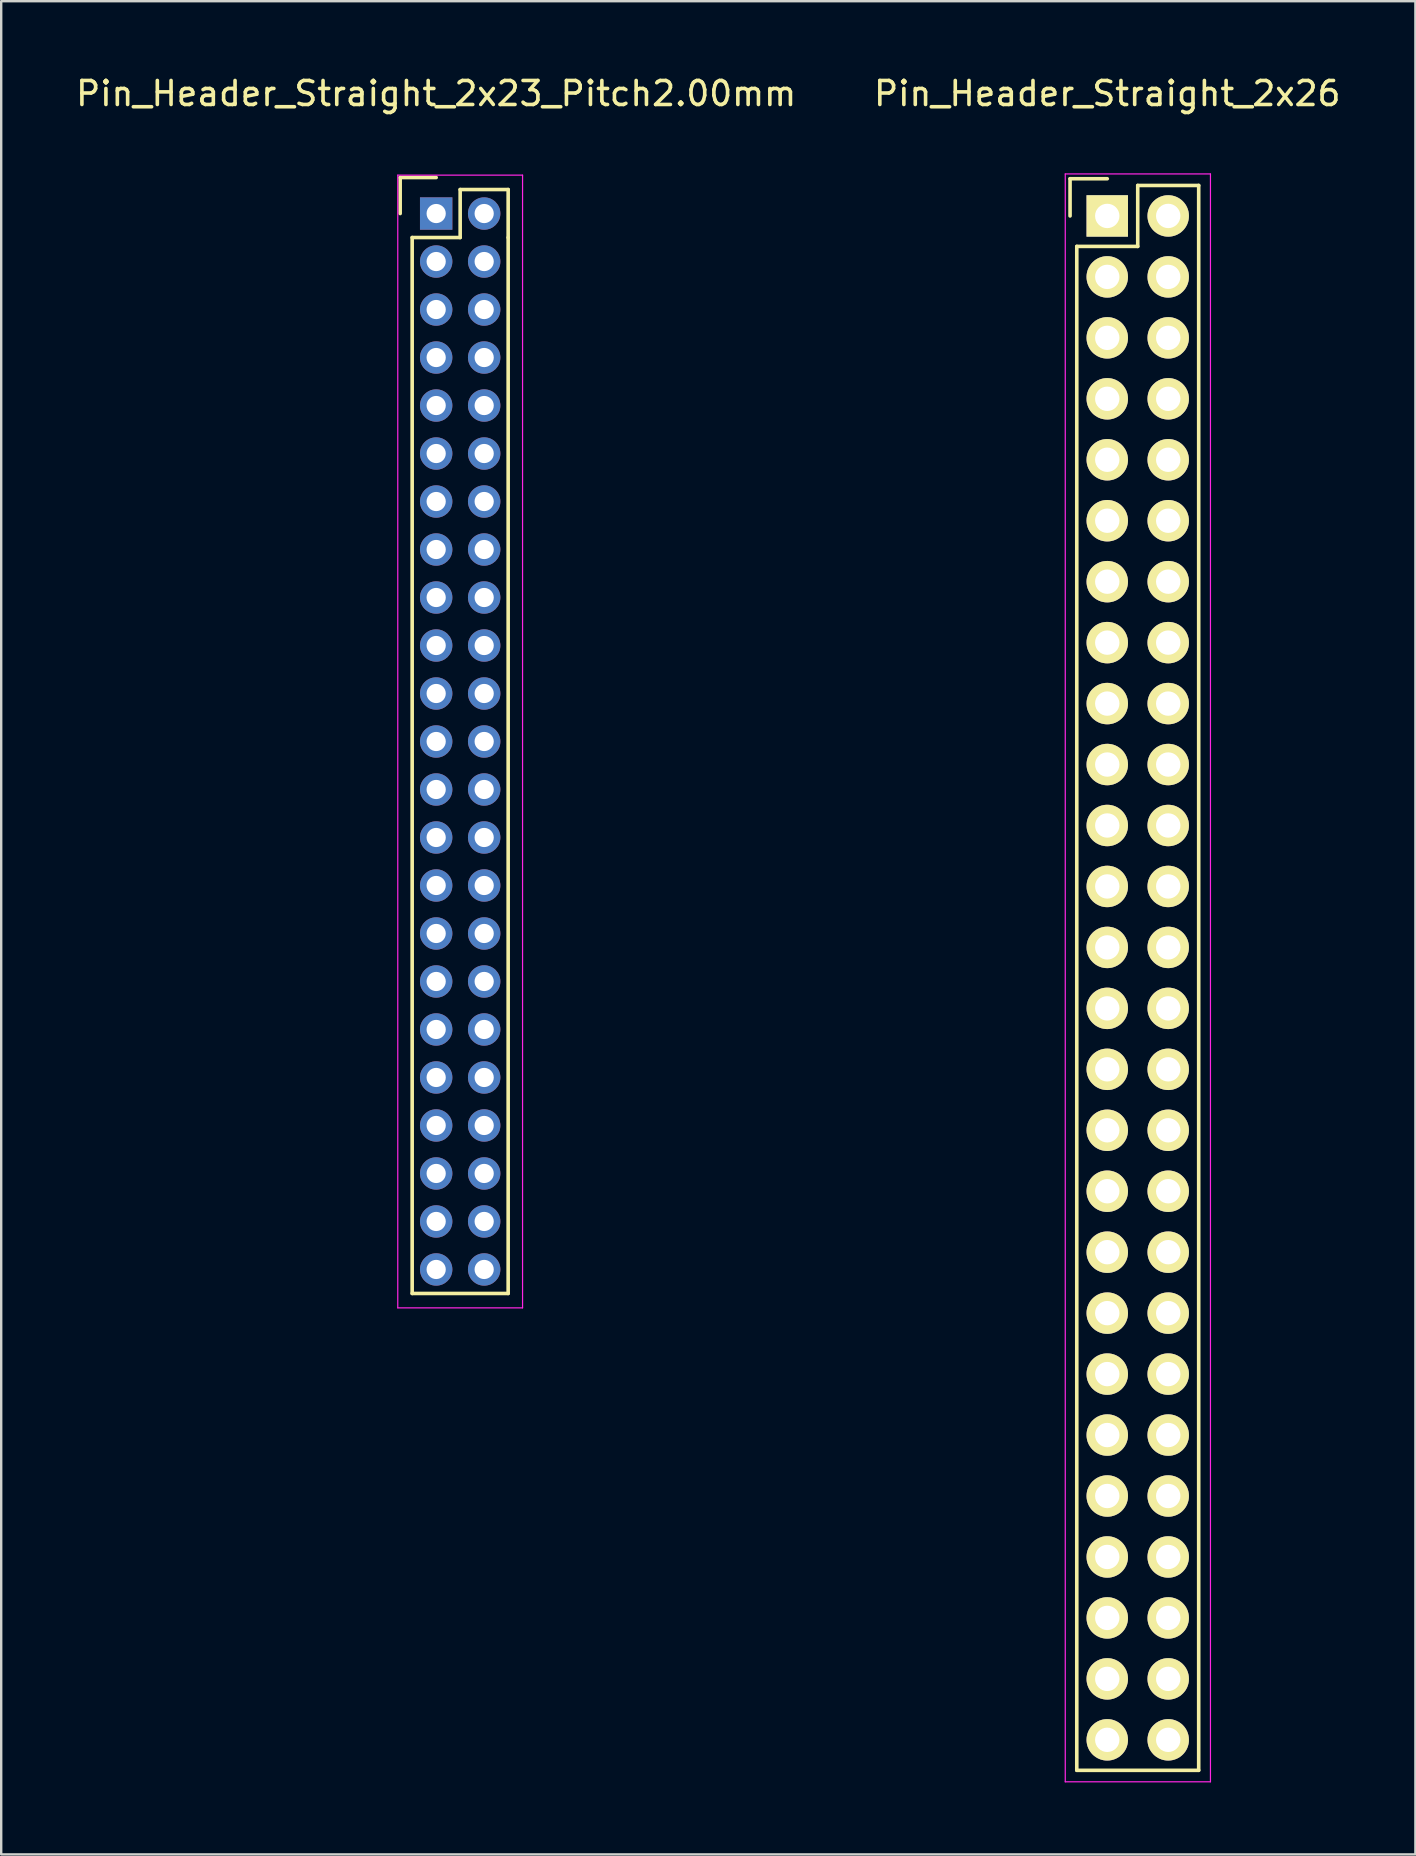
<source format=kicad_pcb>
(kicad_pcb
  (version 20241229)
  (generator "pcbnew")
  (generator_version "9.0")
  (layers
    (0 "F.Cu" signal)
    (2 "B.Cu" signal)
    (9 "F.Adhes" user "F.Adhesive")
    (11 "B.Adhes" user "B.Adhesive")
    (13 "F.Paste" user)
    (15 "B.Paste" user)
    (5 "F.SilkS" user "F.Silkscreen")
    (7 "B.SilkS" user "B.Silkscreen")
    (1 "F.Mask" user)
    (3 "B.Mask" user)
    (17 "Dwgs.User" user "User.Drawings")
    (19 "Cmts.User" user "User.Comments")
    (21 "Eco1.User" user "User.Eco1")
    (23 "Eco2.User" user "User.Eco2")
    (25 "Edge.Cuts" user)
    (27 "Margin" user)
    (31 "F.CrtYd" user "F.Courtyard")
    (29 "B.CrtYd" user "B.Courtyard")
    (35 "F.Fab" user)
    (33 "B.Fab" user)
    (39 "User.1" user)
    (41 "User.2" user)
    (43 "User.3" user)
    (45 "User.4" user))
  (footprint "Pin_Header_Straight_2x26"
    (layer "F.Cu")
    (at 43.089 5.948)
    (property "Reference" "Pin_Header_Straight_2x26" (at 0 -5.1 0) (layer "F.SilkS") (effects (font (size 1 1) (thickness 0.15))))
    (attr through_hole)
    (fp_line (start -1.55 -1.55) (end -1.55 0) (stroke (width 0.15) (type solid)) (layer "F.SilkS"))
    (fp_line (start -1.27 64.77) (end -1.27 1.27) (stroke (width 0.15) (type solid)) (layer "F.SilkS"))
    (fp_line (start 0 -1.55) (end -1.55 -1.55) (stroke (width 0.15) (type solid)) (layer "F.SilkS"))
    (fp_line (start 1.27 -1.27) (end 1.27 1.27) (stroke (width 0.15) (type solid)) (layer "F.SilkS"))
    (fp_line (start 1.27 1.27) (end -1.27 1.27) (stroke (width 0.15) (type solid)) (layer "F.SilkS"))
    (fp_line (start 3.81 -1.27) (end 1.27 -1.27) (stroke (width 0.15) (type solid)) (layer "F.SilkS"))
    (fp_line (start 3.81 -1.27) (end 3.81 64.77) (stroke (width 0.15) (type solid)) (layer "F.SilkS"))
    (fp_line (start 3.81 64.77) (end -1.27 64.77) (stroke (width 0.15) (type solid)) (layer "F.SilkS"))
    (fp_line (start -1.75 -1.75) (end -1.75 65.25) (stroke (width 0.05) (type solid)) (layer "F.CrtYd"))
    (fp_line (start -1.75 -1.75) (end 4.3 -1.75) (stroke (width 0.05) (type solid)) (layer "F.CrtYd"))
    (fp_line (start -1.75 65.25) (end 4.3 65.25) (stroke (width 0.05) (type solid)) (layer "F.CrtYd"))
    (fp_line (start 4.3 -1.75) (end 4.3 65.25) (stroke (width 0.05) (type solid)) (layer "F.CrtYd"))
    (pad "1" thru_hole rect (at 0 0) (size 1.727 1.727) (drill 1.016) (layers "*.Cu" "*.Mask" "F.SilkS"))
    (pad "2" thru_hole oval (at 2.54 0) (size 1.727 1.727) (drill 1.016) (layers "*.Cu" "*.Mask" "F.SilkS"))
    (pad "3" thru_hole oval (at 0 2.54) (size 1.727 1.727) (drill 1.016) (layers "*.Cu" "*.Mask" "F.SilkS"))
    (pad "4" thru_hole oval (at 2.54 2.54) (size 1.727 1.727) (drill 1.016) (layers "*.Cu" "*.Mask" "F.SilkS"))
    (pad "5" thru_hole oval (at 0 5.08) (size 1.727 1.727) (drill 1.016) (layers "*.Cu" "*.Mask" "F.SilkS"))
    (pad "6" thru_hole oval (at 2.54 5.08) (size 1.727 1.727) (drill 1.016) (layers "*.Cu" "*.Mask" "F.SilkS"))
    (pad "7" thru_hole oval (at 0 7.62) (size 1.727 1.727) (drill 1.016) (layers "*.Cu" "*.Mask" "F.SilkS"))
    (pad "8" thru_hole oval (at 2.54 7.62) (size 1.727 1.727) (drill 1.016) (layers "*.Cu" "*.Mask" "F.SilkS"))
    (pad "9" thru_hole oval (at 0 10.16) (size 1.727 1.727) (drill 1.016) (layers "*.Cu" "*.Mask" "F.SilkS"))
    (pad "10" thru_hole oval (at 2.54 10.16) (size 1.727 1.727) (drill 1.016) (layers "*.Cu" "*.Mask" "F.SilkS"))
    (pad "11" thru_hole oval (at 0 12.7) (size 1.727 1.727) (drill 1.016) (layers "*.Cu" "*.Mask" "F.SilkS"))
    (pad "12" thru_hole oval (at 2.54 12.7) (size 1.727 1.727) (drill 1.016) (layers "*.Cu" "*.Mask" "F.SilkS"))
    (pad "13" thru_hole oval (at 0 15.24) (size 1.727 1.727) (drill 1.016) (layers "*.Cu" "*.Mask" "F.SilkS"))
    (pad "14" thru_hole oval (at 2.54 15.24) (size 1.727 1.727) (drill 1.016) (layers "*.Cu" "*.Mask" "F.SilkS"))
    (pad "15" thru_hole oval (at 0 17.78) (size 1.727 1.727) (drill 1.016) (layers "*.Cu" "*.Mask" "F.SilkS"))
    (pad "16" thru_hole oval (at 2.54 17.78) (size 1.727 1.727) (drill 1.016) (layers "*.Cu" "*.Mask" "F.SilkS"))
    (pad "17" thru_hole oval (at 0 20.32) (size 1.727 1.727) (drill 1.016) (layers "*.Cu" "*.Mask" "F.SilkS"))
    (pad "18" thru_hole oval (at 2.54 20.32) (size 1.727 1.727) (drill 1.016) (layers "*.Cu" "*.Mask" "F.SilkS"))
    (pad "19" thru_hole oval (at 0 22.86) (size 1.727 1.727) (drill 1.016) (layers "*.Cu" "*.Mask" "F.SilkS"))
    (pad "20" thru_hole oval (at 2.54 22.86) (size 1.727 1.727) (drill 1.016) (layers "*.Cu" "*.Mask" "F.SilkS"))
    (pad "21" thru_hole oval (at 0 25.4) (size 1.727 1.727) (drill 1.016) (layers "*.Cu" "*.Mask" "F.SilkS"))
    (pad "22" thru_hole oval (at 2.54 25.4) (size 1.727 1.727) (drill 1.016) (layers "*.Cu" "*.Mask" "F.SilkS"))
    (pad "23" thru_hole oval (at 0 27.94) (size 1.727 1.727) (drill 1.016) (layers "*.Cu" "*.Mask" "F.SilkS"))
    (pad "24" thru_hole oval (at 2.54 27.94) (size 1.727 1.727) (drill 1.016) (layers "*.Cu" "*.Mask" "F.SilkS"))
    (pad "25" thru_hole oval (at 0 30.48) (size 1.727 1.727) (drill 1.016) (layers "*.Cu" "*.Mask" "F.SilkS"))
    (pad "26" thru_hole oval (at 2.54 30.48) (size 1.727 1.727) (drill 1.016) (layers "*.Cu" "*.Mask" "F.SilkS"))
    (pad "27" thru_hole oval (at 0 33.02) (size 1.727 1.727) (drill 1.016) (layers "*.Cu" "*.Mask" "F.SilkS"))
    (pad "28" thru_hole oval (at 2.54 33.02) (size 1.727 1.727) (drill 1.016) (layers "*.Cu" "*.Mask" "F.SilkS"))
    (pad "29" thru_hole oval (at 0 35.56) (size 1.727 1.727) (drill 1.016) (layers "*.Cu" "*.Mask" "F.SilkS"))
    (pad "30" thru_hole oval (at 2.54 35.56) (size 1.727 1.727) (drill 1.016) (layers "*.Cu" "*.Mask" "F.SilkS"))
    (pad "31" thru_hole oval (at 0 38.1) (size 1.727 1.727) (drill 1.016) (layers "*.Cu" "*.Mask" "F.SilkS"))
    (pad "32" thru_hole oval (at 2.54 38.1) (size 1.727 1.727) (drill 1.016) (layers "*.Cu" "*.Mask" "F.SilkS"))
    (pad "33" thru_hole oval (at 0 40.64) (size 1.727 1.727) (drill 1.016) (layers "*.Cu" "*.Mask" "F.SilkS"))
    (pad "34" thru_hole oval (at 2.54 40.64) (size 1.727 1.727) (drill 1.016) (layers "*.Cu" "*.Mask" "F.SilkS"))
    (pad "35" thru_hole oval (at 0 43.18) (size 1.727 1.727) (drill 1.016) (layers "*.Cu" "*.Mask" "F.SilkS"))
    (pad "36" thru_hole oval (at 2.54 43.18) (size 1.727 1.727) (drill 1.016) (layers "*.Cu" "*.Mask" "F.SilkS"))
    (pad "37" thru_hole oval (at 0 45.72) (size 1.727 1.727) (drill 1.016) (layers "*.Cu" "*.Mask" "F.SilkS"))
    (pad "38" thru_hole oval (at 2.54 45.72) (size 1.727 1.727) (drill 1.016) (layers "*.Cu" "*.Mask" "F.SilkS"))
    (pad "39" thru_hole oval (at 0 48.26) (size 1.727 1.727) (drill 1.016) (layers "*.Cu" "*.Mask" "F.SilkS"))
    (pad "40" thru_hole oval (at 2.54 48.26) (size 1.727 1.727) (drill 1.016) (layers "*.Cu" "*.Mask" "F.SilkS"))
    (pad "41" thru_hole oval (at 0 50.8) (size 1.727 1.727) (drill 1.016) (layers "*.Cu" "*.Mask" "F.SilkS"))
    (pad "42" thru_hole oval (at 2.54 50.8) (size 1.727 1.727) (drill 1.016) (layers "*.Cu" "*.Mask" "F.SilkS"))
    (pad "43" thru_hole oval (at 0 53.34) (size 1.727 1.727) (drill 1.016) (layers "*.Cu" "*.Mask" "F.SilkS"))
    (pad "44" thru_hole oval (at 2.54 53.34) (size 1.727 1.727) (drill 1.016) (layers "*.Cu" "*.Mask" "F.SilkS"))
    (pad "45" thru_hole oval (at 0 55.88) (size 1.727 1.727) (drill 1.016) (layers "*.Cu" "*.Mask" "F.SilkS"))
    (pad "46" thru_hole oval (at 2.54 55.88) (size 1.727 1.727) (drill 1.016) (layers "*.Cu" "*.Mask" "F.SilkS"))
    (pad "47" thru_hole oval (at 0 58.42) (size 1.727 1.727) (drill 1.016) (layers "*.Cu" "*.Mask" "F.SilkS"))
    (pad "48" thru_hole oval (at 2.54 58.42) (size 1.727 1.727) (drill 1.016) (layers "*.Cu" "*.Mask" "F.SilkS"))
    (pad "49" thru_hole oval (at 0 60.96) (size 1.727 1.727) (drill 1.016) (layers "*.Cu" "*.Mask" "F.SilkS"))
    (pad "50" thru_hole oval (at 2.54 60.96) (size 1.727 1.727) (drill 1.016) (layers "*.Cu" "*.Mask" "F.SilkS"))
    (pad "51" thru_hole oval (at 0 63.5) (size 1.727 1.727) (drill 1.016) (layers "*.Cu" "*.Mask" "F.SilkS"))
    (pad "52" thru_hole oval (at 2.54 63.5) (size 1.727 1.727) (drill 1.016) (layers "*.Cu" "*.Mask" "F.SilkS")))
  (footprint "Pin_Header_Straight_2x23_Pitch2.00mm"
    (layer "F.Cu")
    (at 15.125 5.848)
    (property "Reference" "Pin_Header_Straight_2x23_Pitch2.00mm" (at 0 -5 0) (layer "F.SilkS") (effects (font (size 1 1) (thickness 0.15))))
    (attr through_hole)
    (fp_line (start -1.5 -1.5) (end 0 -1.5) (stroke (width 0.15) (type solid)) (layer "F.SilkS"))
    (fp_line (start -1.5 0) (end -1.5 -1.5) (stroke (width 0.15) (type solid)) (layer "F.SilkS"))
    (fp_line (start -1 1) (end 1 1) (stroke (width 0.15) (type solid)) (layer "F.SilkS"))
    (fp_line (start -1 45) (end -1 1) (stroke (width 0.15) (type solid)) (layer "F.SilkS"))
    (fp_line (start 1 -1) (end 3 -1) (stroke (width 0.15) (type solid)) (layer "F.SilkS"))
    (fp_line (start 1 1) (end 1 -1) (stroke (width 0.15) (type solid)) (layer "F.SilkS"))
    (fp_line (start 3 -1) (end 3 1) (stroke (width 0.15) (type solid)) (layer "F.SilkS"))
    (fp_line (start 3 1) (end 3 45) (stroke (width 0.15) (type solid)) (layer "F.SilkS"))
    (fp_line (start 3 45) (end -1 45) (stroke (width 0.15) (type solid)) (layer "F.SilkS"))
    (fp_line (start -1.6 -1.6) (end 3.6 -1.6) (stroke (width 0.05) (type solid)) (layer "F.CrtYd"))
    (fp_line (start -1.6 45.6) (end -1.6 -1.6) (stroke (width 0.05) (type solid)) (layer "F.CrtYd"))
    (fp_line (start 3.6 -1.6) (end 3.6 45.6) (stroke (width 0.05) (type solid)) (layer "F.CrtYd"))
    (fp_line (start 3.6 45.6) (end -1.6 45.6) (stroke (width 0.05) (type solid)) (layer "F.CrtYd"))
    (pad "1" thru_hole rect (at 0 0) (size 1.35 1.35) (drill 0.8) (layers "*.Cu" "*.Mask"))
    (pad "2" thru_hole circle (at 2 0) (size 1.35 1.35) (drill 0.8) (layers "*.Cu" "*.Mask"))
    (pad "3" thru_hole circle (at 0 2) (size 1.35 1.35) (drill 0.8) (layers "*.Cu" "*.Mask"))
    (pad "4" thru_hole circle (at 2 2) (size 1.35 1.35) (drill 0.8) (layers "*.Cu" "*.Mask"))
    (pad "5" thru_hole circle (at 0 4) (size 1.35 1.35) (drill 0.8) (layers "*.Cu" "*.Mask"))
    (pad "6" thru_hole circle (at 2 4) (size 1.35 1.35) (drill 0.8) (layers "*.Cu" "*.Mask"))
    (pad "7" thru_hole circle (at 0 6) (size 1.35 1.35) (drill 0.8) (layers "*.Cu" "*.Mask"))
    (pad "8" thru_hole circle (at 2 6) (size 1.35 1.35) (drill 0.8) (layers "*.Cu" "*.Mask"))
    (pad "9" thru_hole circle (at 0 8) (size 1.35 1.35) (drill 0.8) (layers "*.Cu" "*.Mask"))
    (pad "10" thru_hole circle (at 2 8) (size 1.35 1.35) (drill 0.8) (layers "*.Cu" "*.Mask"))
    (pad "11" thru_hole circle (at 0 10) (size 1.35 1.35) (drill 0.8) (layers "*.Cu" "*.Mask"))
    (pad "12" thru_hole circle (at 2 10) (size 1.35 1.35) (drill 0.8) (layers "*.Cu" "*.Mask"))
    (pad "13" thru_hole circle (at 0 12) (size 1.35 1.35) (drill 0.8) (layers "*.Cu" "*.Mask"))
    (pad "14" thru_hole circle (at 2 12) (size 1.35 1.35) (drill 0.8) (layers "*.Cu" "*.Mask"))
    (pad "15" thru_hole circle (at 0 14) (size 1.35 1.35) (drill 0.8) (layers "*.Cu" "*.Mask"))
    (pad "16" thru_hole circle (at 2 14) (size 1.35 1.35) (drill 0.8) (layers "*.Cu" "*.Mask"))
    (pad "17" thru_hole circle (at 0 16) (size 1.35 1.35) (drill 0.8) (layers "*.Cu" "*.Mask"))
    (pad "18" thru_hole circle (at 2 16) (size 1.35 1.35) (drill 0.8) (layers "*.Cu" "*.Mask"))
    (pad "19" thru_hole circle (at 0 18) (size 1.35 1.35) (drill 0.8) (layers "*.Cu" "*.Mask"))
    (pad "20" thru_hole circle (at 2 18) (size 1.35 1.35) (drill 0.8) (layers "*.Cu" "*.Mask"))
    (pad "21" thru_hole circle (at 0 20) (size 1.35 1.35) (drill 0.8) (layers "*.Cu" "*.Mask"))
    (pad "22" thru_hole circle (at 2 20) (size 1.35 1.35) (drill 0.8) (layers "*.Cu" "*.Mask"))
    (pad "23" thru_hole circle (at 0 22) (size 1.35 1.35) (drill 0.8) (layers "*.Cu" "*.Mask"))
    (pad "24" thru_hole circle (at 2 22) (size 1.35 1.35) (drill 0.8) (layers "*.Cu" "*.Mask"))
    (pad "25" thru_hole circle (at 0 24) (size 1.35 1.35) (drill 0.8) (layers "*.Cu" "*.Mask"))
    (pad "26" thru_hole circle (at 2 24) (size 1.35 1.35) (drill 0.8) (layers "*.Cu" "*.Mask"))
    (pad "27" thru_hole circle (at 0 26) (size 1.35 1.35) (drill 0.8) (layers "*.Cu" "*.Mask"))
    (pad "28" thru_hole circle (at 2 26) (size 1.35 1.35) (drill 0.8) (layers "*.Cu" "*.Mask"))
    (pad "29" thru_hole circle (at 0 28) (size 1.35 1.35) (drill 0.8) (layers "*.Cu" "*.Mask"))
    (pad "30" thru_hole circle (at 2 28) (size 1.35 1.35) (drill 0.8) (layers "*.Cu" "*.Mask"))
    (pad "31" thru_hole circle (at 0 30) (size 1.35 1.35) (drill 0.8) (layers "*.Cu" "*.Mask"))
    (pad "32" thru_hole circle (at 2 30) (size 1.35 1.35) (drill 0.8) (layers "*.Cu" "*.Mask"))
    (pad "33" thru_hole circle (at 0 32) (size 1.35 1.35) (drill 0.8) (layers "*.Cu" "*.Mask"))
    (pad "34" thru_hole circle (at 2 32) (size 1.35 1.35) (drill 0.8) (layers "*.Cu" "*.Mask"))
    (pad "35" thru_hole circle (at 0 34) (size 1.35 1.35) (drill 0.8) (layers "*.Cu" "*.Mask"))
    (pad "36" thru_hole circle (at 2 34) (size 1.35 1.35) (drill 0.8) (layers "*.Cu" "*.Mask"))
    (pad "37" thru_hole circle (at 0 36) (size 1.35 1.35) (drill 0.8) (layers "*.Cu" "*.Mask"))
    (pad "38" thru_hole circle (at 2 36) (size 1.35 1.35) (drill 0.8) (layers "*.Cu" "*.Mask"))
    (pad "39" thru_hole circle (at 0 38) (size 1.35 1.35) (drill 0.8) (layers "*.Cu" "*.Mask"))
    (pad "40" thru_hole circle (at 2 38) (size 1.35 1.35) (drill 0.8) (layers "*.Cu" "*.Mask"))
    (pad "41" thru_hole circle (at 0 40) (size 1.35 1.35) (drill 0.8) (layers "*.Cu" "*.Mask"))
    (pad "42" thru_hole circle (at 2 40) (size 1.35 1.35) (drill 0.8) (layers "*.Cu" "*.Mask"))
    (pad "43" thru_hole circle (at 0 42) (size 1.35 1.35) (drill 0.8) (layers "*.Cu" "*.Mask"))
    (pad "44" thru_hole circle (at 2 42) (size 1.35 1.35) (drill 0.8) (layers "*.Cu" "*.Mask"))
    (pad "45" thru_hole circle (at 0 44) (size 1.35 1.35) (drill 0.8) (layers "*.Cu" "*.Mask"))
    (pad "46" thru_hole circle (at 2 44) (size 1.35 1.35) (drill 0.8) (layers "*.Cu" "*.Mask")))
  (gr_rect
    (start -3 -3)
    (end 55.929 74.223)
    (stroke (width 0.1) (type default))
    (fill no)
    (layer "Edge.Cuts")))
</source>
